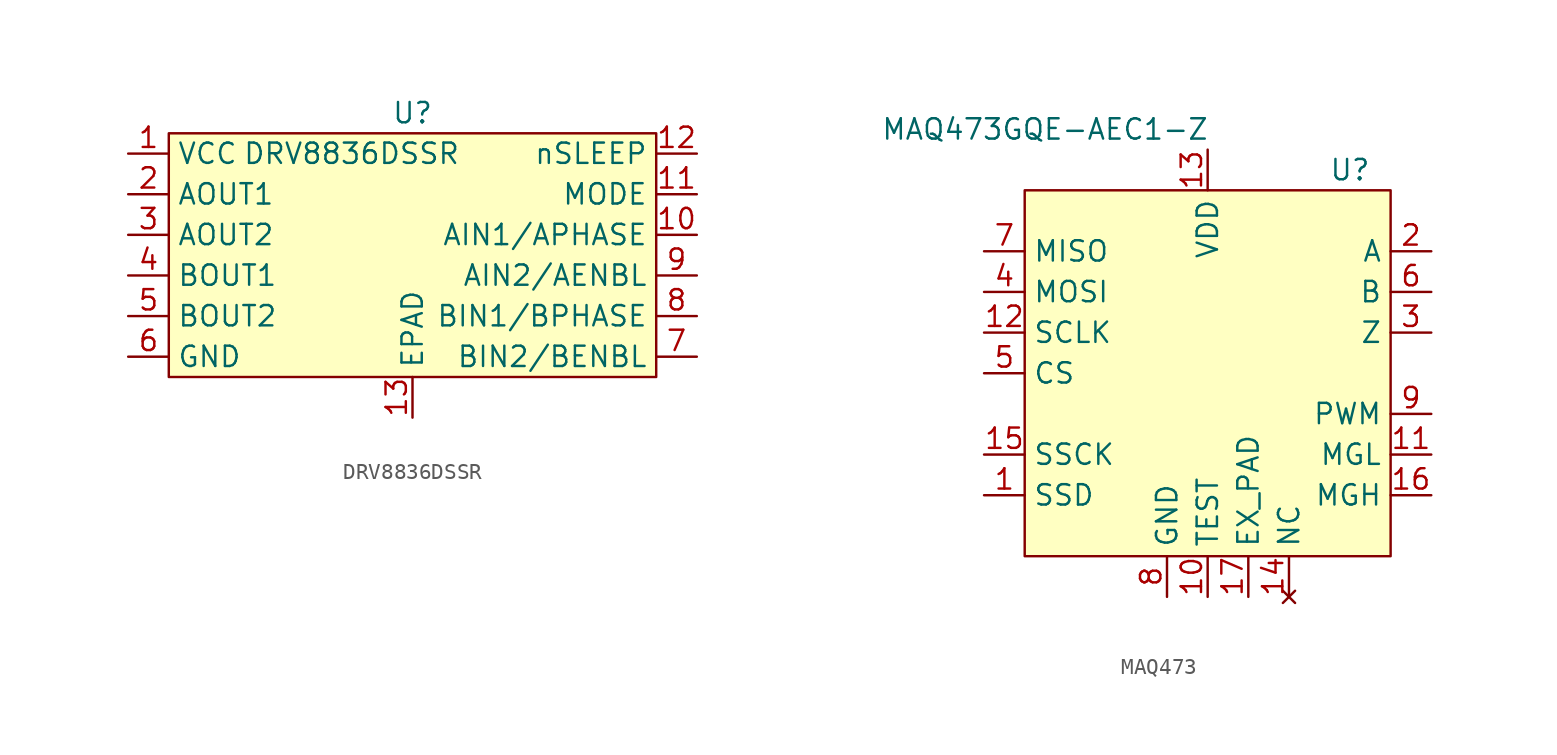
<source format=kicad_sym>
(kicad_symbol_lib
  (version 20220914)
  (generator kicad_symbol_editor)
  (symbol "DRV8836DSSR"
    (property "Reference" "U"
      (at 0 2.54 0)
      (effects (font (size 1.27 1.27))))
    (property "Value" "DRV8836DSSR"
      (at -3.81 0 0)
      (effects (font (size 1.27 1.27))))
    (symbol "DRV8836DSSR_1_1"
      (rectangle (start -15.24 1.27) (end 15.24 -13.97) (stroke (width 0) (type default)) (fill (type background)))
      (pin input line (at -17.78 0 0) (length 2.54) (name "VCC" (effects (font (size 1.27 1.27)))) (number "1" (effects (font (size 1.27 1.27)))))
      (pin input line (at 17.78 -5.08 180) (length 2.54) (name "AIN1/APHASE" (effects (font (size 1.27 1.27)))) (number "10" (effects (font (size 1.27 1.27)))))
      (pin input line (at 17.78 -2.54 180) (length 2.54) (name "MODE" (effects (font (size 1.27 1.27)))) (number "11" (effects (font (size 1.27 1.27)))))
      (pin input line (at 17.78 0 180) (length 2.54) (name "nSLEEP" (effects (font (size 1.27 1.27)))) (number "12" (effects (font (size 1.27 1.27)))))
      (pin input line (at 0 -16.51 90) (length 2.54) (name "EPAD" (effects (font (size 1.27 1.27)))) (number "13" (effects (font (size 1.27 1.27)))))
      (pin input line (at -17.78 -2.54 0) (length 2.54) (name "AOUT1" (effects (font (size 1.27 1.27)))) (number "2" (effects (font (size 1.27 1.27)))))
      (pin input line (at -17.78 -5.08 0) (length 2.54) (name "AOUT2" (effects (font (size 1.27 1.27)))) (number "3" (effects (font (size 1.27 1.27)))))
      (pin input line (at -17.78 -7.62 0) (length 2.54) (name "BOUT1" (effects (font (size 1.27 1.27)))) (number "4" (effects (font (size 1.27 1.27)))))
      (pin input line (at -17.78 -10.16 0) (length 2.54) (name "BOUT2" (effects (font (size 1.27 1.27)))) (number "5" (effects (font (size 1.27 1.27)))))
      (pin input line (at -17.78 -12.7 0) (length 2.54) (name "GND" (effects (font (size 1.27 1.27)))) (number "6" (effects (font (size 1.27 1.27)))))
      (pin input line (at 17.78 -12.7 180) (length 2.54) (name "BIN2/BENBL" (effects (font (size 1.27 1.27)))) (number "7" (effects (font (size 1.27 1.27)))))
      (pin input line (at 17.78 -10.16 180) (length 2.54) (name "BIN1/BPHASE" (effects (font (size 1.27 1.27)))) (number "8" (effects (font (size 1.27 1.27)))))
      (pin input line (at 17.78 -7.62 180) (length 2.54) (name "AIN2/AENBL" (effects (font (size 1.27 1.27)))) (number "9" (effects (font (size 1.27 1.27)))))))
  (symbol "MAQ473"
    (property "Reference" "U"
      (at 8.89 12.7 0)
      (effects (font (size 1.27 1.27))))
    (property "Value" "MAQ473GQE-AEC1-Z"
      (at -10.16 15.24 0)
      (effects (font (size 1.27 1.27))))
    (symbol "MAQ473_1_1"
      (rectangle (start -11.43 11.43) (end 11.43 -11.43) (stroke (width 0) (type default)) (fill (type background)))
      (pin output line (at -13.97 -7.62 0) (length 2.54) (name "SSD" (effects (font (size 1.27 1.27)))) (number "1" (effects (font (size 1.27 1.27)))))
      (pin input line (at 0 -13.97 90) (length 2.54) (name "TEST" (effects (font (size 1.27 1.27)))) (number "10" (effects (font (size 1.27 1.27)))))
      (pin output line (at 13.97 -5.08 180) (length 2.54) (name "MGL" (effects (font (size 1.27 1.27)))) (number "11" (effects (font (size 1.27 1.27)))))
      (pin input line (at -13.97 2.54 0) (length 2.54) (name "SCLK" (effects (font (size 1.27 1.27)))) (number "12" (effects (font (size 1.27 1.27)))))
      (pin power_in line (at 0 13.97 270) (length 2.54) (name "VDD" (effects (font (size 1.27 1.27)))) (number "13" (effects (font (size 1.27 1.27)))))
      (pin no_connect line (at 5.08 -13.97 90) (length 2.54) (name "NC" (effects (font (size 1.27 1.27)))) (number "14" (effects (font (size 1.27 1.27)))))
      (pin input line (at -13.97 -5.08 0) (length 2.54) (name "SSCK" (effects (font (size 1.27 1.27)))) (number "15" (effects (font (size 1.27 1.27)))))
      (pin output line (at 13.97 -7.62 180) (length 2.54) (name "MGH" (effects (font (size 1.27 1.27)))) (number "16" (effects (font (size 1.27 1.27)))))
      (pin input line (at 2.54 -13.97 90) (length 2.54) (name "EX_PAD" (effects (font (size 1.27 1.27)))) (number "17" (effects (font (size 1.27 1.27)))))
      (pin output line (at 13.97 7.62 180) (length 2.54) (name "A" (effects (font (size 1.27 1.27)))) (number "2" (effects (font (size 1.27 1.27)))))
      (pin output line (at 13.97 2.54 180) (length 2.54) (name "Z" (effects (font (size 1.27 1.27)))) (number "3" (effects (font (size 1.27 1.27)))))
      (pin input line (at -13.97 5.08 0) (length 2.54) (name "MOSI" (effects (font (size 1.27 1.27)))) (number "4" (effects (font (size 1.27 1.27)))))
      (pin input line (at -13.97 0 0) (length 2.54) (name "CS" (effects (font (size 1.27 1.27)))) (number "5" (effects (font (size 1.27 1.27)))))
      (pin output line (at 13.97 5.08 180) (length 2.54) (name "B" (effects (font (size 1.27 1.27)))) (number "6" (effects (font (size 1.27 1.27)))))
      (pin output line (at -13.97 7.62 0) (length 2.54) (name "MISO" (effects (font (size 1.27 1.27)))) (number "7" (effects (font (size 1.27 1.27)))))
      (pin power_in line (at -2.54 -13.97 90) (length 2.54) (name "GND" (effects (font (size 1.27 1.27)))) (number "8" (effects (font (size 1.27 1.27)))))
      (pin output line (at 13.97 -2.54 180) (length 2.54) (name "PWM" (effects (font (size 1.27 1.27)))) (number "9" (effects (font (size 1.27 1.27))))))))
</source>
